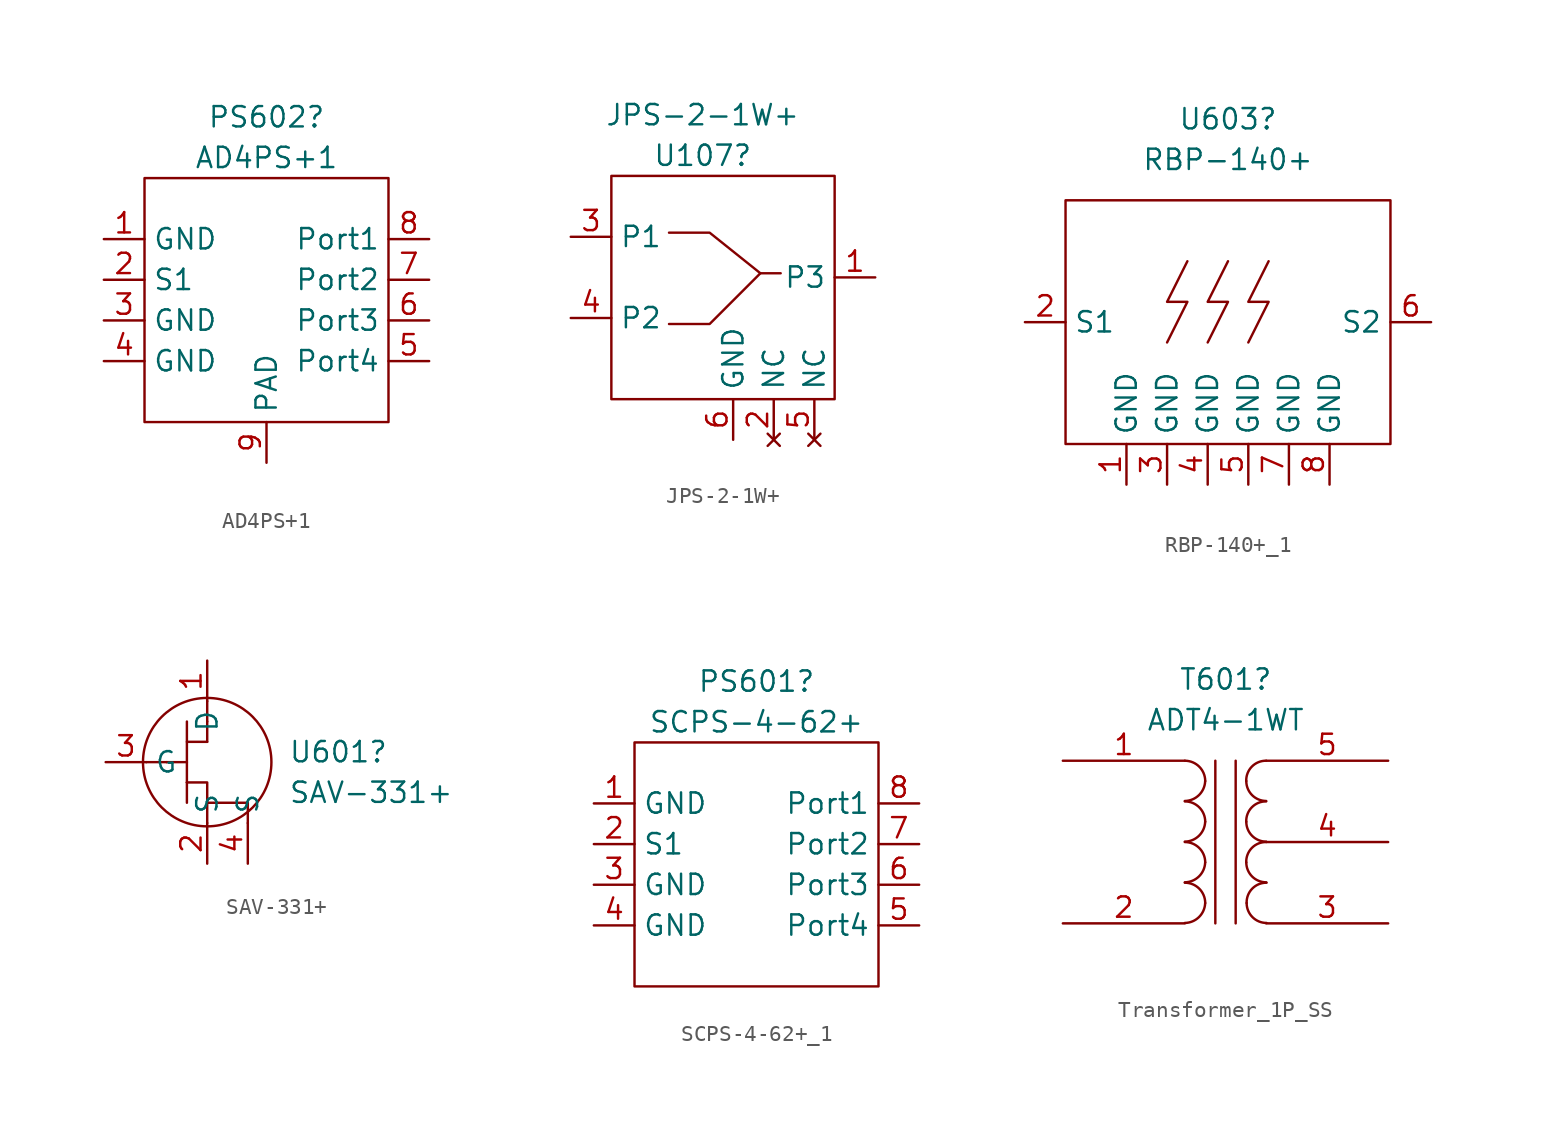
<source format=kicad_sym>
(kicad_symbol_lib
  (version 20220914)
  (generator kicad_symbol_editor)
  (symbol "AD4PS+1"
    (property "Reference" "PS602"
      (at 0 11.43 0)
      (effects (font (size 1.27 1.27))))
    (property "Value" "AD4PS+1"
      (at 0 8.89 0)
      (effects (font (size 1.27 1.27))))
    (symbol "AD4PS+1_0_1"
      (rectangle (start -7.62 7.62) (end 7.62 -7.62) (stroke (width 0) (type default)) (fill (type none))))
    (symbol "AD4PS+1_1_1"
      (pin power_in line (at -10.16 3.81 0) (length 2.54) (name "GND" (effects (font (size 1.27 1.27)))) (number "1" (effects (font (size 1.27 1.27)))))
      (pin input line (at -10.16 1.27 0) (length 2.54) (name "S1" (effects (font (size 1.27 1.27)))) (number "2" (effects (font (size 1.27 1.27)))))
      (pin power_in line (at -10.16 -1.27 0) (length 2.54) (name "GND" (effects (font (size 1.27 1.27)))) (number "3" (effects (font (size 1.27 1.27)))))
      (pin power_in line (at -10.16 -3.81 0) (length 2.54) (name "GND" (effects (font (size 1.27 1.27)))) (number "4" (effects (font (size 1.27 1.27)))))
      (pin output line (at 10.16 -3.81 180) (length 2.54) (name "Port4" (effects (font (size 1.27 1.27)))) (number "5" (effects (font (size 1.27 1.27)))))
      (pin output line (at 10.16 -1.27 180) (length 2.54) (name "Port3" (effects (font (size 1.27 1.27)))) (number "6" (effects (font (size 1.27 1.27)))))
      (pin output line (at 10.16 1.27 180) (length 2.54) (name "Port2" (effects (font (size 1.27 1.27)))) (number "7" (effects (font (size 1.27 1.27)))))
      (pin output line (at 10.16 3.81 180) (length 2.54) (name "Port1" (effects (font (size 1.27 1.27)))) (number "8" (effects (font (size 1.27 1.27)))))
      (pin power_in line (at 0 -10.16 90) (length 2.54) (name "PAD" (effects (font (size 1.27 1.27)))) (number "9" (effects (font (size 1.27 1.27)))))))
  (symbol "JPS-2-1W+"
    (property "Reference" "U107"
      (at -0.635 7.62 0)
      (effects (font (size 1.27 1.27))))
    (property "Value" "JPS-2-1W+"
      (at -0.635 10.16 0)
      (effects (font (size 1.27 1.27))))
    (symbol "JPS-2-1W+_0_1"
      (rectangle (start -6.35 6.35) (end 7.62 -7.62) (stroke (width 0) (type default)) (fill (type none)))
      (polyline (pts (xy 2.973 0.258) (xy 4.243 0.258)) (stroke (width 0) (type default)) (fill (type none)))
      (polyline (pts (xy -2.742 2.798) (xy -0.202 2.798) (xy 2.973 0.258) (xy -0.202 -2.917) (xy -2.742 -2.917)) (stroke (width 0) (type default)) (fill (type none))))
    (symbol "JPS-2-1W+_1_1"
      (pin bidirectional line (at 10.16 0 180) (length 2.54) (name "P3" (effects (font (size 1.27 1.27)))) (number "1" (effects (font (size 1.27 1.27)))))
      (pin no_connect line (at 3.81 -10.16 90) (length 2.54) (name "NC" (effects (font (size 1.27 1.27)))) (number "2" (effects (font (size 1.27 1.27)))))
      (pin bidirectional line (at -8.89 2.54 0) (length 2.54) (name "P1" (effects (font (size 1.27 1.27)))) (number "3" (effects (font (size 1.27 1.27)))))
      (pin bidirectional line (at -8.89 -2.54 0) (length 2.54) (name "P2" (effects (font (size 1.27 1.27)))) (number "4" (effects (font (size 1.27 1.27)))))
      (pin no_connect line (at 6.35 -10.16 90) (length 2.54) (name "NC" (effects (font (size 1.27 1.27)))) (number "5" (effects (font (size 1.27 1.27)))))
      (pin power_in line (at 1.27 -10.16 90) (length 2.54) (name "GND" (effects (font (size 1.27 1.27)))) (number "6" (effects (font (size 1.27 1.27)))))))
  (symbol "RBP-140+_1"
    (property "Reference" "U603"
      (at 10.16 5.08 0)
      (effects (font (size 1.27 1.27))))
    (property "Value" "RBP-140+"
      (at 10.16 2.54 0)
      (effects (font (size 1.27 1.27))))
    (symbol "RBP-140+_1_0_0"
      (polyline (pts (xy 6.35 -8.89) (xy 7.62 -6.35) (xy 6.35 -6.35) (xy 7.62 -3.81)) (stroke (width 0) (type default)) (fill (type none)))
      (polyline (pts (xy 8.89 -8.89) (xy 10.16 -6.35) (xy 8.89 -6.35) (xy 10.16 -3.81)) (stroke (width 0) (type default)) (fill (type none)))
      (polyline (pts (xy 11.43 -8.89) (xy 12.7 -6.35) (xy 11.43 -6.35) (xy 12.7 -3.81)) (stroke (width 0) (type default)) (fill (type none))))
    (symbol "RBP-140+_1_0_1"
      (rectangle (start 0 0) (end 20.32 -15.24) (stroke (width 0) (type default)) (fill (type none))))
    (symbol "RBP-140+_1_1_1"
      (pin power_in line (at 3.81 -17.78 90) (length 2.54) (name "GND" (effects (font (size 1.27 1.27)))) (number "1" (effects (font (size 1.27 1.27)))))
      (pin input line (at -2.54 -7.62 0) (length 2.54) (name "S1" (effects (font (size 1.27 1.27)))) (number "2" (effects (font (size 1.27 1.27)))))
      (pin power_in line (at 6.35 -17.78 90) (length 2.54) (name "GND" (effects (font (size 1.27 1.27)))) (number "3" (effects (font (size 1.27 1.27)))))
      (pin power_in line (at 8.89 -17.78 90) (length 2.54) (name "GND" (effects (font (size 1.27 1.27)))) (number "4" (effects (font (size 1.27 1.27)))))
      (pin power_in line (at 11.43 -17.78 90) (length 2.54) (name "GND" (effects (font (size 1.27 1.27)))) (number "5" (effects (font (size 1.27 1.27)))))
      (pin output line (at 22.86 -7.62 180) (length 2.54) (name "S2" (effects (font (size 1.27 1.27)))) (number "6" (effects (font (size 1.27 1.27)))))
      (pin power_in line (at 13.97 -17.78 90) (length 2.54) (name "GND" (effects (font (size 1.27 1.27)))) (number "7" (effects (font (size 1.27 1.27)))))
      (pin power_in line (at 16.51 -17.78 90) (length 2.54) (name "GND" (effects (font (size 1.27 1.27)))) (number "8" (effects (font (size 1.27 1.27)))))))
  (symbol "SAV-331+"
    (property "Reference" "U601"
      (at 5.08 0.635 0)
      (effects (font (size 1.27 1.27)) (justify left)))
    (property "Value" "SAV-331+"
      (at 5.08 -1.905 0)
      (effects (font (size 1.27 1.27)) (justify left)))
    (symbol "SAV-331+_0_1"
      (polyline (pts (xy -2.54 0) (xy -3.81 0)) (stroke (width 0) (type default)) (fill (type none)))
      (polyline (pts (xy -1.27 -1.27) (xy -1.27 -2.54)) (stroke (width 0) (type default)) (fill (type none)))
      (polyline (pts (xy -1.27 0) (xy -2.54 0)) (stroke (width 0) (type default)) (fill (type none)))
      (polyline (pts (xy -1.27 1.27) (xy -1.27 2.54)) (stroke (width 0) (type default)) (fill (type none)))
      (polyline (pts (xy 0 -2.54) (xy 0 -3.81)) (stroke (width 0) (type default)) (fill (type none)))
      (polyline (pts (xy 0 1.27) (xy 0 2.54)) (stroke (width 0) (type default)) (fill (type none)))
      (polyline (pts (xy 0 2.54) (xy 0 3.81)) (stroke (width 0) (type default)) (fill (type none)))
      (polyline (pts (xy -1.27 -1.27) (xy 0 -1.27) (xy 0 -2.54)) (stroke (width 0) (type default)) (fill (type none)))
      (polyline (pts (xy 0 -2.54) (xy 2.54 -2.54) (xy 2.54 -3.81)) (stroke (width 0) (type default)) (fill (type none)))
      (polyline (pts (xy -1.27 1.27) (xy -1.27 -1.27) (xy -1.27 1.27) (xy -1.27 0) (xy -1.27 1.27) (xy 0 1.27)) (stroke (width 0) (type default)) (fill (type none)))
      (circle (center 0 0) (radius 4.016) (stroke (width 0) (type default)) (fill (type none))))
    (symbol "SAV-331+_1_1"
      (pin input line (at 0 6.35 270) (length 2.54) (name "D" (effects (font (size 1.27 1.27)))) (number "1" (effects (font (size 1.27 1.27)))))
      (pin input line (at 0 -6.35 90) (length 2.54) (name "S" (effects (font (size 1.27 1.27)))) (number "2" (effects (font (size 1.27 1.27)))))
      (pin input line (at -6.35 0 0) (length 2.54) (name "G" (effects (font (size 1.27 1.27)))) (number "3" (effects (font (size 1.27 1.27)))))
      (pin input line (at 2.54 -6.35 90) (length 2.54) (name "S" (effects (font (size 1.27 1.27)))) (number "4" (effects (font (size 1.27 1.27)))))))
  (symbol "SCPS-4-62+_1"
    (property "Reference" "PS601"
      (at 7.62 3.81 0)
      (effects (font (size 1.27 1.27))))
    (property "Value" "SCPS-4-62+"
      (at 7.62 1.27 0)
      (effects (font (size 1.27 1.27))))
    (symbol "SCPS-4-62+_1_0_1"
      (rectangle (start 0 0) (end 15.24 -15.24) (stroke (width 0) (type default)) (fill (type none))))
    (symbol "SCPS-4-62+_1_1_1"
      (pin power_in line (at -2.54 -3.81 0) (length 2.54) (name "GND" (effects (font (size 1.27 1.27)))) (number "1" (effects (font (size 1.27 1.27)))))
      (pin input line (at -2.54 -6.35 0) (length 2.54) (name "S1" (effects (font (size 1.27 1.27)))) (number "2" (effects (font (size 1.27 1.27)))))
      (pin power_in line (at -2.54 -8.89 0) (length 2.54) (name "GND" (effects (font (size 1.27 1.27)))) (number "3" (effects (font (size 1.27 1.27)))))
      (pin power_in line (at -2.54 -11.43 0) (length 2.54) (name "GND" (effects (font (size 1.27 1.27)))) (number "4" (effects (font (size 1.27 1.27)))))
      (pin output line (at 17.78 -11.43 180) (length 2.54) (name "Port4" (effects (font (size 1.27 1.27)))) (number "5" (effects (font (size 1.27 1.27)))))
      (pin output line (at 17.78 -8.89 180) (length 2.54) (name "Port3" (effects (font (size 1.27 1.27)))) (number "6" (effects (font (size 1.27 1.27)))))
      (pin output line (at 17.78 -6.35 180) (length 2.54) (name "Port2" (effects (font (size 1.27 1.27)))) (number "7" (effects (font (size 1.27 1.27)))))
      (pin output line (at 17.78 -3.81 180) (length 2.54) (name "Port1" (effects (font (size 1.27 1.27)))) (number "8" (effects (font (size 1.27 1.27)))))))
  (symbol "Transformer_1P_SS"
    (pin_names
      (offset 1.016) hide)
    (property "Reference" "T601"
      (at 0.013 10.16 0)
      (effects (font (size 1.27 1.27))))
    (property "Value" "ADT4-1WT"
      (at 0.013 7.62 0)
      (effects (font (size 1.27 1.27))))
    (symbol "Transformer_1P_SS_0_1"
      (arc (start -2.54 -5.0546) (mid -1.6599 -4.6901) (end -1.27 -3.81) (stroke (width 0) (type default)) (fill (type none)))
      (arc (start -2.54 -2.5146) (mid -1.6599 -2.1501) (end -1.27 -1.27) (stroke (width 0) (type default)) (fill (type none)))
      (arc (start -2.54 0.0254) (mid -1.6599 0.3899) (end -1.27 1.27) (stroke (width 0) (type default)) (fill (type none)))
      (arc (start -2.54 2.5654) (mid -1.6599 2.9299) (end -1.27 3.81) (stroke (width 0) (type default)) (fill (type none)))
      (arc (start -1.27 -3.81) (mid -1.642 -2.912) (end -2.54 -2.54) (stroke (width 0) (type default)) (fill (type none)))
      (arc (start -1.27 -1.27) (mid -1.642 -0.372) (end -2.54 0) (stroke (width 0) (type default)) (fill (type none)))
      (arc (start -1.27 1.27) (mid -1.642 2.168) (end -2.54 2.54) (stroke (width 0) (type default)) (fill (type none)))
      (arc (start -1.27 3.81) (mid -1.642 4.708) (end -2.54 5.08) (stroke (width 0) (type default)) (fill (type none)))
      (polyline (pts (xy -0.635 5.08) (xy -0.635 -5.08)) (stroke (width 0) (type default)) (fill (type none)))
      (polyline (pts (xy 0.635 -5.08) (xy 0.635 5.08)) (stroke (width 0) (type default)) (fill (type none)))
      (arc (start 1.2954 -1.27) (mid 1.6599 -2.1501) (end 2.54 -2.5146) (stroke (width 0) (type default)) (fill (type none)))
      (arc (start 1.2954 1.27) (mid 1.6599 0.3899) (end 2.54 0.0254) (stroke (width 0) (type default)) (fill (type none)))
      (arc (start 1.2954 3.81) (mid 1.6599 2.9299) (end 2.54 2.5654) (stroke (width 0) (type default)) (fill (type none)))
      (arc (start 1.3208 -3.81) (mid 1.6853 -4.6901) (end 2.5654 -5.0546) (stroke (width 0) (type default)) (fill (type none)))
      (arc (start 2.54 0) (mid 1.642 -0.372) (end 1.2954 -1.27) (stroke (width 0) (type default)) (fill (type none)))
      (arc (start 2.54 2.54) (mid 1.642 2.168) (end 1.2954 1.27) (stroke (width 0) (type default)) (fill (type none)))
      (arc (start 2.54 5.08) (mid 1.642 4.708) (end 1.2954 3.81) (stroke (width 0) (type default)) (fill (type none)))
      (arc (start 2.5654 -2.54) (mid 1.6674 -2.912) (end 1.3208 -3.81) (stroke (width 0) (type default)) (fill (type none))))
    (symbol "Transformer_1P_SS_1_1"
      (pin passive line (at -10.16 5.08 0) (length 7.62) (name "AA" (effects (font (size 1.27 1.27)))) (number "1" (effects (font (size 1.27 1.27)))))
      (pin passive line (at -10.16 -5.08 0) (length 7.62) (name "AB" (effects (font (size 1.27 1.27)))) (number "2" (effects (font (size 1.27 1.27)))))
      (pin passive line (at 10.16 -5.08 180) (length 7.62) (name "SA" (effects (font (size 1.27 1.27)))) (number "3" (effects (font (size 1.27 1.27)))))
      (pin passive line (at 10.16 0 180) (length 7.62) (name "SC" (effects (font (size 1.27 1.27)))) (number "4" (effects (font (size 1.27 1.27)))))
      (pin passive line (at 10.16 5.08 180) (length 7.62) (name "SB" (effects (font (size 1.27 1.27)))) (number "5" (effects (font (size 1.27 1.27)))))
      (pin no_connect line (at 0 -7.62 0) (length 2.54) hide (name "NC" (effects (font (size 1.27 1.27)))) (number "6" (effects (font (size 1.27 1.27))))))))
</source>
